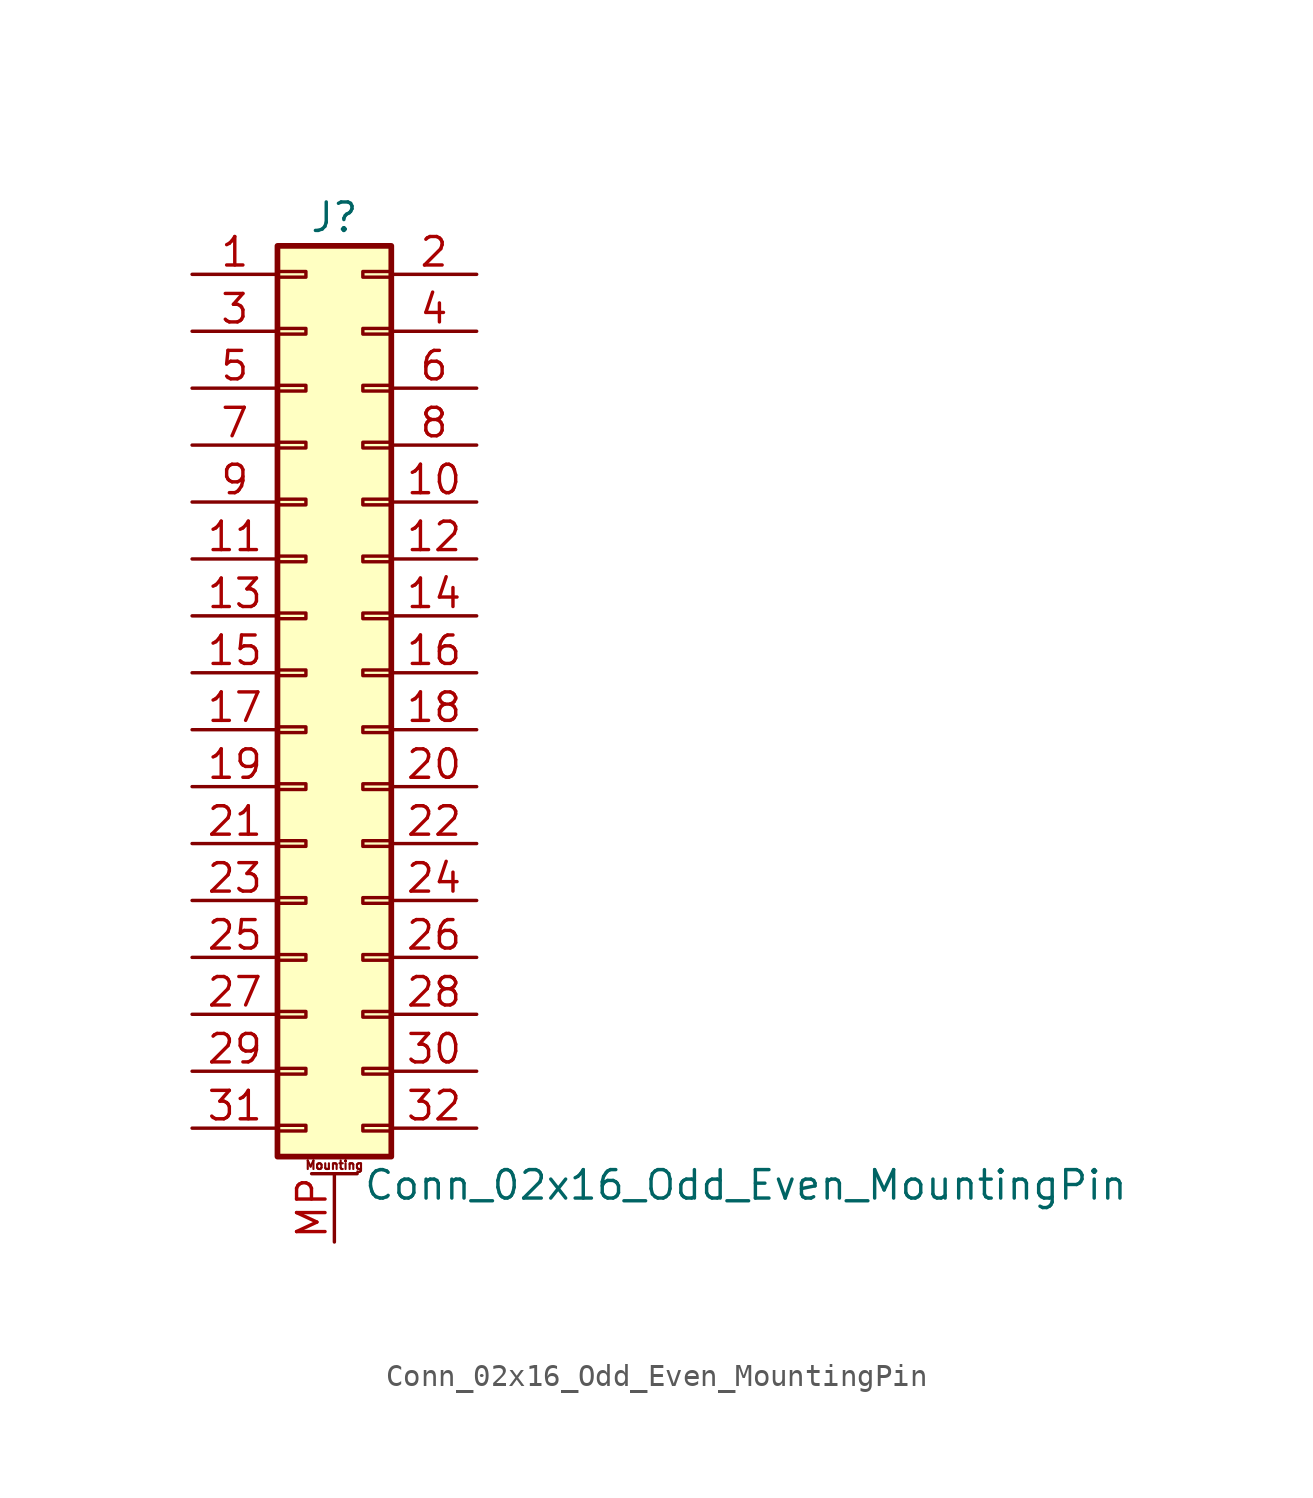
<source format=kicad_sym>
(kicad_symbol_lib
  (version 20201005)
  (generator kicad_symbol_editor)
  (symbol "Conn_02x16_Odd_Even_MountingPin"
    (pin_names
      (offset 1.016) hide)
    (property "Reference" "J"
      (at 1.27 20.32 0)
      (effects (font (size 1.27 1.27))))
    (property "Value" "Conn_02x16_Odd_Even_MountingPin"
      (at 2.54 -22.86 0)
      (effects (font (size 1.27 1.27)) (justify left)))
    (symbol "Conn_02x16_Odd_Even_MountingPin_1_1"
      (text "Mounting" (at 1.27 -21.971 0) (effects (font (size 0.381 0.381))))
      (rectangle (start -1.27 -20.193) (end 0 -20.447) (stroke (width 0.152)) (fill (type none)))
      (rectangle (start -1.27 -17.653) (end 0 -17.907) (stroke (width 0.152)) (fill (type none)))
      (rectangle (start -1.27 -15.113) (end 0 -15.367) (stroke (width 0.152)) (fill (type none)))
      (rectangle (start -1.27 -12.573) (end 0 -12.827) (stroke (width 0.152)) (fill (type none)))
      (rectangle (start -1.27 -10.033) (end 0 -10.287) (stroke (width 0.152)) (fill (type none)))
      (rectangle (start -1.27 -7.493) (end 0 -7.747) (stroke (width 0.152)) (fill (type none)))
      (rectangle (start -1.27 -4.953) (end 0 -5.207) (stroke (width 0.152)) (fill (type none)))
      (rectangle (start -1.27 -2.413) (end 0 -2.667) (stroke (width 0.152)) (fill (type none)))
      (rectangle (start -1.27 0.127) (end 0 -0.127) (stroke (width 0.152)) (fill (type none)))
      (rectangle (start -1.27 2.667) (end 0 2.413) (stroke (width 0.152)) (fill (type none)))
      (rectangle (start -1.27 5.207) (end 0 4.953) (stroke (width 0.152)) (fill (type none)))
      (rectangle (start -1.27 7.747) (end 0 7.493) (stroke (width 0.152)) (fill (type none)))
      (rectangle (start -1.27 10.287) (end 0 10.033) (stroke (width 0.152)) (fill (type none)))
      (rectangle (start -1.27 12.827) (end 0 12.573) (stroke (width 0.152)) (fill (type none)))
      (rectangle (start -1.27 15.367) (end 0 15.113) (stroke (width 0.152)) (fill (type none)))
      (rectangle (start -1.27 17.907) (end 0 17.653) (stroke (width 0.152)) (fill (type none)))
      (rectangle (start -1.27 19.05) (end 3.81 -21.59) (stroke (width 0.254)) (fill (type background)))
      (rectangle (start 3.81 -20.193) (end 2.54 -20.447) (stroke (width 0.152)) (fill (type none)))
      (rectangle (start 3.81 -17.653) (end 2.54 -17.907) (stroke (width 0.152)) (fill (type none)))
      (rectangle (start 3.81 -15.113) (end 2.54 -15.367) (stroke (width 0.152)) (fill (type none)))
      (rectangle (start 3.81 -12.573) (end 2.54 -12.827) (stroke (width 0.152)) (fill (type none)))
      (rectangle (start 3.81 -10.033) (end 2.54 -10.287) (stroke (width 0.152)) (fill (type none)))
      (rectangle (start 3.81 -7.493) (end 2.54 -7.747) (stroke (width 0.152)) (fill (type none)))
      (rectangle (start 3.81 -4.953) (end 2.54 -5.207) (stroke (width 0.152)) (fill (type none)))
      (rectangle (start 3.81 -2.413) (end 2.54 -2.667) (stroke (width 0.152)) (fill (type none)))
      (rectangle (start 3.81 0.127) (end 2.54 -0.127) (stroke (width 0.152)) (fill (type none)))
      (rectangle (start 3.81 2.667) (end 2.54 2.413) (stroke (width 0.152)) (fill (type none)))
      (rectangle (start 3.81 5.207) (end 2.54 4.953) (stroke (width 0.152)) (fill (type none)))
      (rectangle (start 3.81 7.747) (end 2.54 7.493) (stroke (width 0.152)) (fill (type none)))
      (rectangle (start 3.81 10.287) (end 2.54 10.033) (stroke (width 0.152)) (fill (type none)))
      (rectangle (start 3.81 12.827) (end 2.54 12.573) (stroke (width 0.152)) (fill (type none)))
      (rectangle (start 3.81 15.367) (end 2.54 15.113) (stroke (width 0.152)) (fill (type none)))
      (rectangle (start 3.81 17.907) (end 2.54 17.653) (stroke (width 0.152)) (fill (type none)))
      (polyline (pts (xy 0.254 -22.352) (xy 2.286 -22.352)) (stroke (width 0.152)) (fill (type none)))
      (pin passive line (at -5.08 17.78 0) (length 3.81) (name "Pin_1" (effects (font (size 1.27 1.27)))) (number "1" (effects (font (size 1.27 1.27)))))
      (pin passive line (at 7.62 7.62 180) (length 3.81) (name "Pin_10" (effects (font (size 1.27 1.27)))) (number "10" (effects (font (size 1.27 1.27)))))
      (pin passive line (at -5.08 5.08 0) (length 3.81) (name "Pin_11" (effects (font (size 1.27 1.27)))) (number "11" (effects (font (size 1.27 1.27)))))
      (pin passive line (at 7.62 5.08 180) (length 3.81) (name "Pin_12" (effects (font (size 1.27 1.27)))) (number "12" (effects (font (size 1.27 1.27)))))
      (pin passive line (at -5.08 2.54 0) (length 3.81) (name "Pin_13" (effects (font (size 1.27 1.27)))) (number "13" (effects (font (size 1.27 1.27)))))
      (pin passive line (at 7.62 2.54 180) (length 3.81) (name "Pin_14" (effects (font (size 1.27 1.27)))) (number "14" (effects (font (size 1.27 1.27)))))
      (pin passive line (at -5.08 0 0) (length 3.81) (name "Pin_15" (effects (font (size 1.27 1.27)))) (number "15" (effects (font (size 1.27 1.27)))))
      (pin passive line (at 7.62 0 180) (length 3.81) (name "Pin_16" (effects (font (size 1.27 1.27)))) (number "16" (effects (font (size 1.27 1.27)))))
      (pin passive line (at -5.08 -2.54 0) (length 3.81) (name "Pin_17" (effects (font (size 1.27 1.27)))) (number "17" (effects (font (size 1.27 1.27)))))
      (pin passive line (at 7.62 -2.54 180) (length 3.81) (name "Pin_18" (effects (font (size 1.27 1.27)))) (number "18" (effects (font (size 1.27 1.27)))))
      (pin passive line (at -5.08 -5.08 0) (length 3.81) (name "Pin_19" (effects (font (size 1.27 1.27)))) (number "19" (effects (font (size 1.27 1.27)))))
      (pin passive line (at 7.62 17.78 180) (length 3.81) (name "Pin_2" (effects (font (size 1.27 1.27)))) (number "2" (effects (font (size 1.27 1.27)))))
      (pin passive line (at 7.62 -5.08 180) (length 3.81) (name "Pin_20" (effects (font (size 1.27 1.27)))) (number "20" (effects (font (size 1.27 1.27)))))
      (pin passive line (at -5.08 -7.62 0) (length 3.81) (name "Pin_21" (effects (font (size 1.27 1.27)))) (number "21" (effects (font (size 1.27 1.27)))))
      (pin passive line (at 7.62 -7.62 180) (length 3.81) (name "Pin_22" (effects (font (size 1.27 1.27)))) (number "22" (effects (font (size 1.27 1.27)))))
      (pin passive line (at -5.08 -10.16 0) (length 3.81) (name "Pin_23" (effects (font (size 1.27 1.27)))) (number "23" (effects (font (size 1.27 1.27)))))
      (pin passive line (at 7.62 -10.16 180) (length 3.81) (name "Pin_24" (effects (font (size 1.27 1.27)))) (number "24" (effects (font (size 1.27 1.27)))))
      (pin passive line (at -5.08 -12.7 0) (length 3.81) (name "Pin_25" (effects (font (size 1.27 1.27)))) (number "25" (effects (font (size 1.27 1.27)))))
      (pin passive line (at 7.62 -12.7 180) (length 3.81) (name "Pin_26" (effects (font (size 1.27 1.27)))) (number "26" (effects (font (size 1.27 1.27)))))
      (pin passive line (at -5.08 -15.24 0) (length 3.81) (name "Pin_27" (effects (font (size 1.27 1.27)))) (number "27" (effects (font (size 1.27 1.27)))))
      (pin passive line (at 7.62 -15.24 180) (length 3.81) (name "Pin_28" (effects (font (size 1.27 1.27)))) (number "28" (effects (font (size 1.27 1.27)))))
      (pin passive line (at -5.08 -17.78 0) (length 3.81) (name "Pin_29" (effects (font (size 1.27 1.27)))) (number "29" (effects (font (size 1.27 1.27)))))
      (pin passive line (at -5.08 15.24 0) (length 3.81) (name "Pin_3" (effects (font (size 1.27 1.27)))) (number "3" (effects (font (size 1.27 1.27)))))
      (pin passive line (at 7.62 -17.78 180) (length 3.81) (name "Pin_30" (effects (font (size 1.27 1.27)))) (number "30" (effects (font (size 1.27 1.27)))))
      (pin passive line (at -5.08 -20.32 0) (length 3.81) (name "Pin_31" (effects (font (size 1.27 1.27)))) (number "31" (effects (font (size 1.27 1.27)))))
      (pin passive line (at 7.62 -20.32 180) (length 3.81) (name "Pin_32" (effects (font (size 1.27 1.27)))) (number "32" (effects (font (size 1.27 1.27)))))
      (pin passive line (at 7.62 15.24 180) (length 3.81) (name "Pin_4" (effects (font (size 1.27 1.27)))) (number "4" (effects (font (size 1.27 1.27)))))
      (pin passive line (at -5.08 12.7 0) (length 3.81) (name "Pin_5" (effects (font (size 1.27 1.27)))) (number "5" (effects (font (size 1.27 1.27)))))
      (pin passive line (at 7.62 12.7 180) (length 3.81) (name "Pin_6" (effects (font (size 1.27 1.27)))) (number "6" (effects (font (size 1.27 1.27)))))
      (pin passive line (at -5.08 10.16 0) (length 3.81) (name "Pin_7" (effects (font (size 1.27 1.27)))) (number "7" (effects (font (size 1.27 1.27)))))
      (pin passive line (at 7.62 10.16 180) (length 3.81) (name "Pin_8" (effects (font (size 1.27 1.27)))) (number "8" (effects (font (size 1.27 1.27)))))
      (pin passive line (at -5.08 7.62 0) (length 3.81) (name "Pin_9" (effects (font (size 1.27 1.27)))) (number "9" (effects (font (size 1.27 1.27)))))
      (pin passive line (at 1.27 -25.4 90) (length 3.048) (name "MountPin" (effects (font (size 1.27 1.27)))) (number "MP" (effects (font (size 1.27 1.27))))))))
</source>
